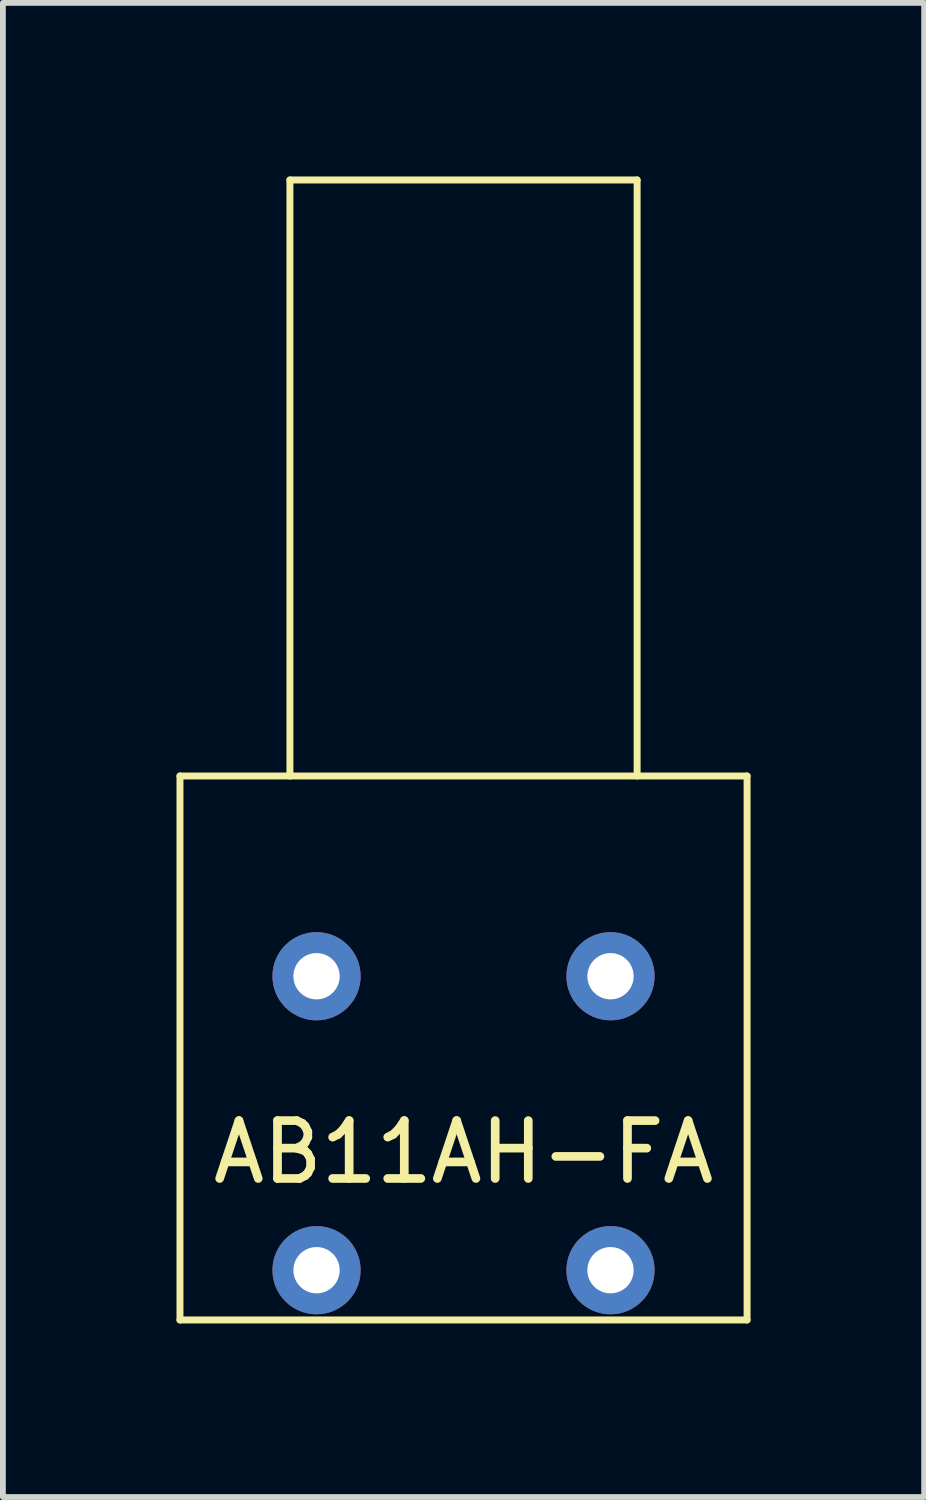
<source format=kicad_pcb>
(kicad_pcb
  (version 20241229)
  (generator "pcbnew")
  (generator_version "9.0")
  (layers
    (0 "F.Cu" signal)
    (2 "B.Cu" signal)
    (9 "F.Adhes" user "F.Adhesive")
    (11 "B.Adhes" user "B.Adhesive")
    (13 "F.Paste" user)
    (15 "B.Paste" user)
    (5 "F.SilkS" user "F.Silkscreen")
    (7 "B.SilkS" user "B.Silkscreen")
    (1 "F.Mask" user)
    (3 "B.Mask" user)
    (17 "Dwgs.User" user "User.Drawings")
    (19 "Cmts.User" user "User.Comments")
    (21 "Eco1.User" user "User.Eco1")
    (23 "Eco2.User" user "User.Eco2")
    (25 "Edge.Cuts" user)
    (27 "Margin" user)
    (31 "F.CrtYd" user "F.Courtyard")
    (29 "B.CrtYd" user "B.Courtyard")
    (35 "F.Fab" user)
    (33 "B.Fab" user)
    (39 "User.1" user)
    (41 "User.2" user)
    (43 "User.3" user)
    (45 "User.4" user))
  (footprint "AB11AH-FA"
    (layer "F.Cu")
    (at 4.96 16.36)
    (property "Reference" "AB11AH-FA" (at 0 0.5 0) (layer "F.SilkS") (effects (font (size 1 1) (thickness 0.15))))
    (attr through_hole)
    (fp_line (start -4.9 -6) (end -4.9 3.4) (stroke (width 0.12) (type solid)) (layer "F.SilkS"))
    (fp_line (start -4.9 3.4) (end 4.9 3.4) (stroke (width 0.12) (type solid)) (layer "F.SilkS"))
    (fp_line (start -3 -16.3) (end 3 -16.3) (stroke (width 0.12) (type solid)) (layer "F.SilkS"))
    (fp_line (start -3 -6) (end -3 -16.3) (stroke (width 0.12) (type solid)) (layer "F.SilkS"))
    (fp_line (start 3 -16.3) (end 3 -6) (stroke (width 0.12) (type solid)) (layer "F.SilkS"))
    (fp_line (start 4.9 -6) (end -4.9 -6) (stroke (width 0.12) (type solid)) (layer "F.SilkS"))
    (fp_line (start 4.9 3.4) (end 4.9 -6) (stroke (width 0.12) (type solid)) (layer "F.SilkS"))
    (pad "" thru_hole circle (at -2.54 2.54) (size 1.524 1.524) (drill 0.8) (layers "*.Cu" "*.Mask"))
    (pad "" thru_hole circle (at 2.54 2.54) (size 1.524 1.524) (drill 0.8) (layers "*.Cu" "*.Mask"))
    (pad "1" thru_hole circle (at -2.54 -2.54) (size 1.524 1.524) (drill 0.8) (layers "*.Cu" "*.Mask"))
    (pad "3" thru_hole circle (at 2.54 -2.54) (size 1.524 1.524) (drill 0.8) (layers "*.Cu" "*.Mask")))
  (gr_rect
    (start -3 -3)
    (end 12.92 22.82)
    (stroke (width 0.1) (type default))
    (fill no)
    (layer "Edge.Cuts")))
</source>
